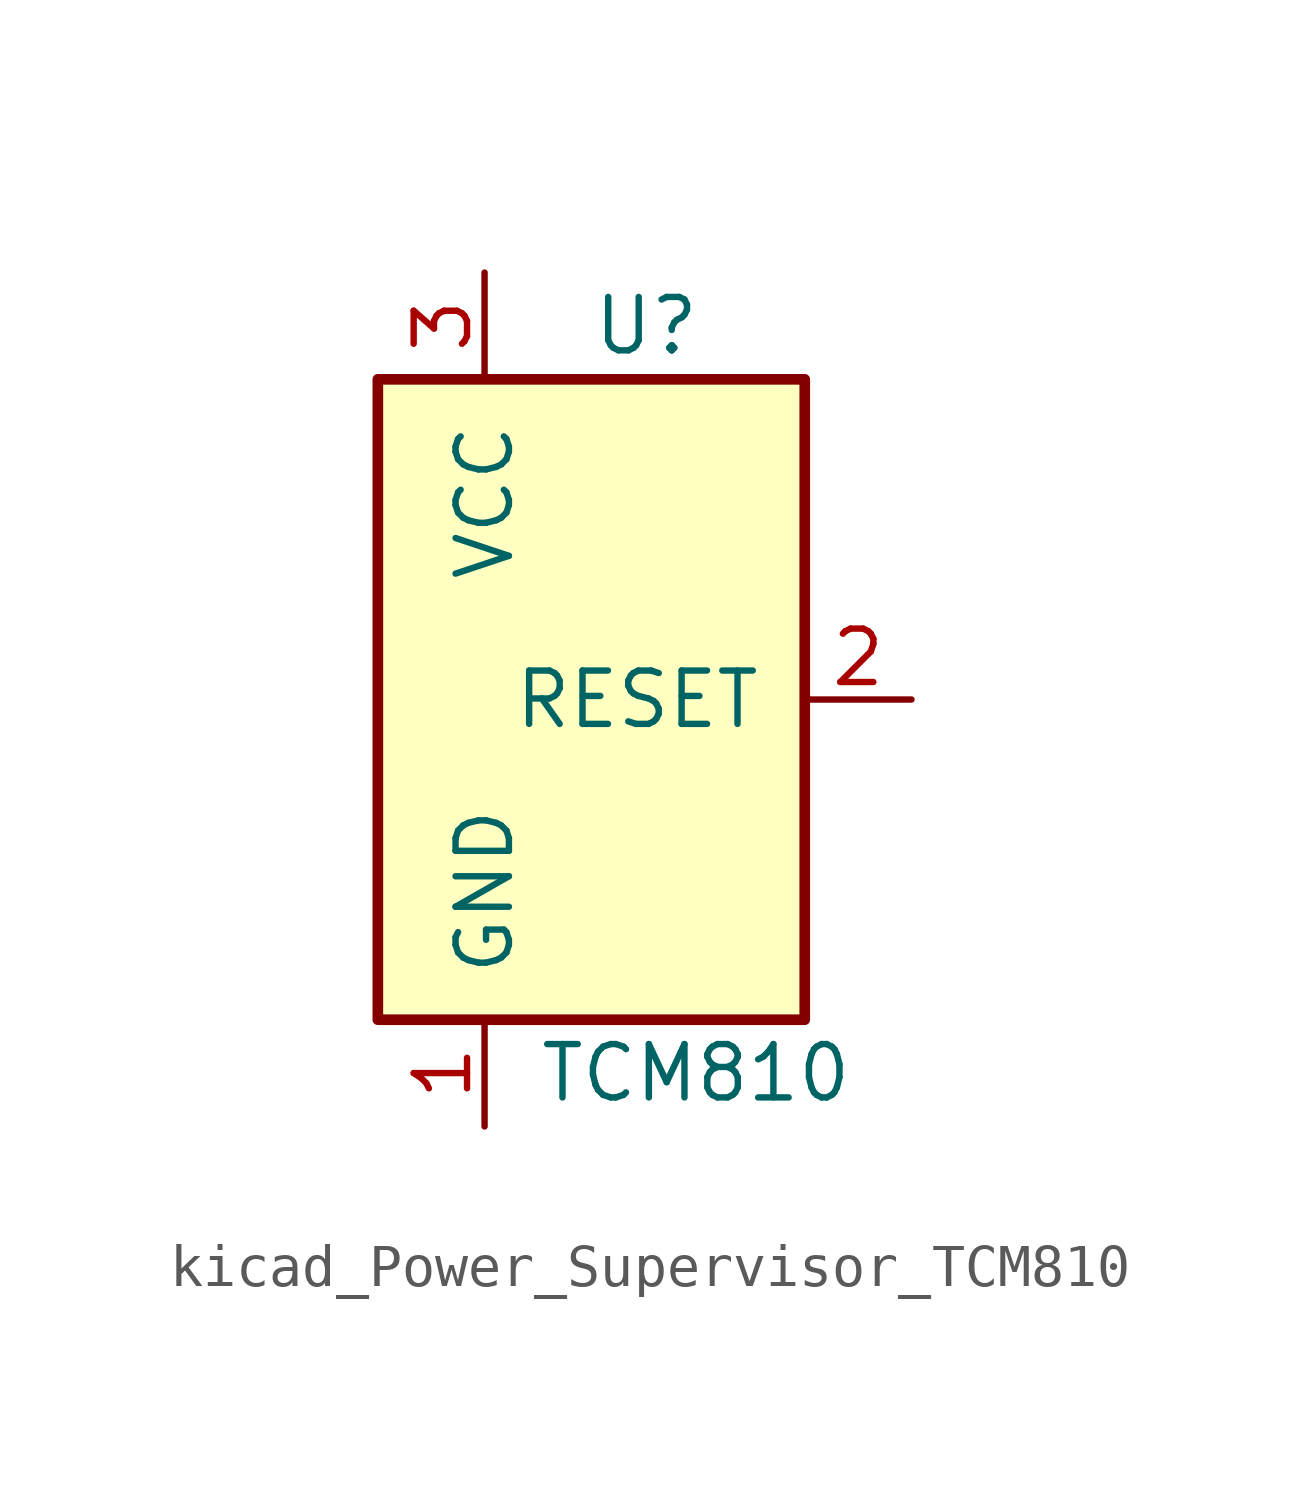
<source format=kicad_sym>
(kicad_symbol_lib
  (version 20220914)
  (generator kicad_symbol_editor)
  (symbol "kicad_Power_Supervisor_TCM810"
    (pin_names
      (offset 1.016))
    (property "Reference" "U"
      (at 0 8.89 0)
      (effects (font (size 1.27 1.27)) (justify left)))
    (property "Value" "TCM810"
      (at -1.27 -8.89 0)
      (effects (font (size 1.27 1.27)) (justify left)))
    (symbol "kicad_Power_Supervisor_TCM810_1_1"
      (rectangle (start -5.08 7.62) (end 5.08 -7.62) (stroke (width 0.254) (type default)) (fill (type background)))
      (pin power_in line (at -2.54 -10.16 90) (length 2.54) (name "GND" (effects (font (size 1.27 1.27)))) (number "1" (effects (font (size 1.27 1.27)))))
      (pin output line (at 7.62 0 180) (length 2.54) (name "RESET" (effects (font (size 1.27 1.27)))) (number "2" (effects (font (size 1.27 1.27)))))
      (pin power_in line (at -2.54 10.16 270) (length 2.54) (name "VCC" (effects (font (size 1.27 1.27)))) (number "3" (effects (font (size 1.27 1.27))))))))
</source>
